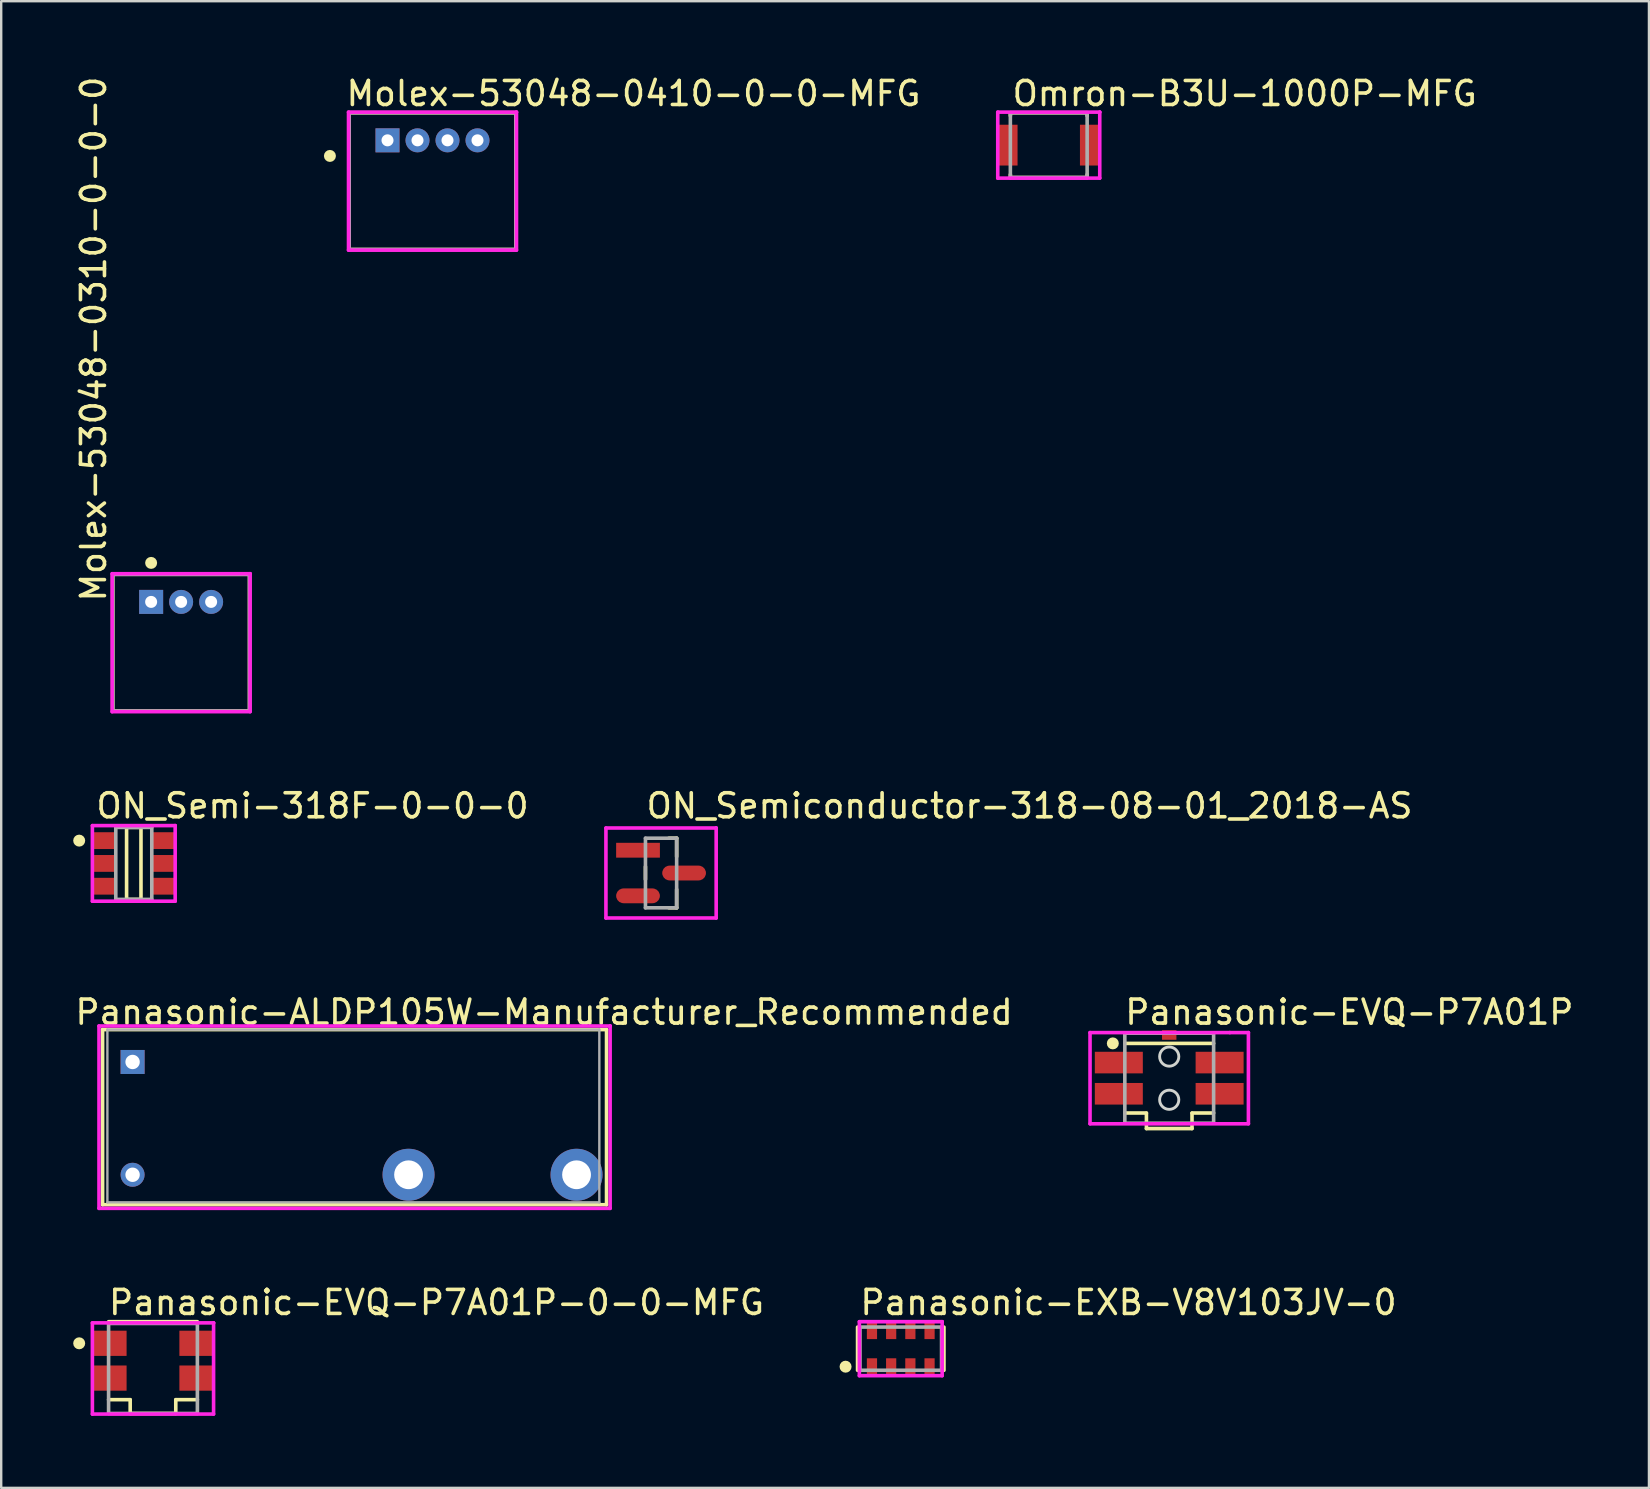
<source format=kicad_pcb>
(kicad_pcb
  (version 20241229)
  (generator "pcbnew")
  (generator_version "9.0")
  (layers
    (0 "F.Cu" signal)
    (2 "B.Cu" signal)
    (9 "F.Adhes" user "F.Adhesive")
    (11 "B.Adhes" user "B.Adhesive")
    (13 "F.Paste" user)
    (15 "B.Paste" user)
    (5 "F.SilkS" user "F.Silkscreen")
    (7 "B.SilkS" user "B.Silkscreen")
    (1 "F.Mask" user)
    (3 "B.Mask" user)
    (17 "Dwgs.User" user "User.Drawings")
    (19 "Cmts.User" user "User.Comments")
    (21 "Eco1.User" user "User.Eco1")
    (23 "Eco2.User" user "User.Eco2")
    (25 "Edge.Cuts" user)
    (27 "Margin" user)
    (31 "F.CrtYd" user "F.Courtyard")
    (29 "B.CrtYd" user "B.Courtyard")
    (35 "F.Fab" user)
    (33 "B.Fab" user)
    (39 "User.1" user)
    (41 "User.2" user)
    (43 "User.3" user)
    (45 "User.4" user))
  (footprint "Panasonic-ALDP105W-Manufacturer_Recommended"
    (layer "F.Cu")
    (at 2.475 41.204)
    (property "Reference" "Panasonic-ALDP105W-Manufacturer_Recommended" (at -2.475 -2.075 0) (layer "F.SilkS") (effects (font (size 1 1) (thickness 0.15)) (justify left)))
    (fp_line (start -1.25 -1.35) (end 19.75 -1.35) (stroke (width 0.15) (type solid)) (layer "F.SilkS"))
    (fp_line (start -1.25 5.95) (end -1.25 -1.35) (stroke (width 0.15) (type solid)) (layer "F.SilkS"))
    (fp_line (start -1.25 5.95) (end 19.75 5.95) (stroke (width 0.15) (type solid)) (layer "F.SilkS"))
    (fp_line (start 19.75 5.95) (end 19.75 -1.35) (stroke (width 0.15) (type solid)) (layer "F.SilkS"))
    (fp_line (start -1.4 -1.5) (end -1.4 6.1) (stroke (width 0.15) (type solid)) (layer "F.CrtYd"))
    (fp_line (start -1.4 6.1) (end 19.9 6.1) (stroke (width 0.15) (type solid)) (layer "F.CrtYd"))
    (fp_line (start 19.9 -1.5) (end -1.4 -1.5) (stroke (width 0.15) (type solid)) (layer "F.CrtYd"))
    (fp_line (start 19.9 -1.5) (end 19.9 -1.5) (stroke (width 0.15) (type solid)) (layer "F.CrtYd"))
    (fp_line (start 19.9 6.1) (end 19.9 -1.5) (stroke (width 0.15) (type solid)) (layer "F.CrtYd"))
    (fp_line (start -1.05 -1.35) (end 19.45 -1.35) (stroke (width 0.1) (type solid)) (layer "F.Fab"))
    (fp_line (start -1.05 5.85) (end -1.05 -1.35) (stroke (width 0.1) (type solid)) (layer "F.Fab"))
    (fp_line (start -1.05 5.85) (end 19.45 5.85) (stroke (width 0.1) (type solid)) (layer "F.Fab"))
    (fp_line (start 19.45 5.85) (end 19.45 -1.35) (stroke (width 0.1) (type solid)) (layer "F.Fab"))
    (pad "1" thru_hole rect (at 0 0) (size 1 1) (drill 0.6) (layers "*.Cu" "*.Mask"))
    (pad "2" thru_hole circle (at 18.5 4.7) (size 2.167 2.167) (drill 1.2) (layers "*.Cu" "*.Mask"))
    (pad "3" thru_hole circle (at 11.5 4.7) (size 2.167 2.167) (drill 1.2) (layers "*.Cu" "*.Mask"))
    (pad "4" thru_hole circle (at 0 4.7) (size 1 1) (drill 0.6) (layers "*.Cu" "*.Mask")))
  (footprint "Panasonic-EVQ-P7A01P-0-0-MFG"
    (layer "F.Cu")
    (at 3.325 53.977)
    (property "Reference" "Panasonic-EVQ-P7A01P-0-0-MFG" (at -1.925 -2.75 0) (layer "F.SilkS") (effects (font (size 1 1) (thickness 0.15)) (justify left)))
    (attr through_hole)
    (fp_line (start -1.85 1.3) (end -0.95 1.3) (stroke (width 0.15) (type solid)) (layer "F.SilkS"))
    (fp_line (start -0.95 1.3) (end -0.95 1.875) (stroke (width 0.15) (type solid)) (layer "F.SilkS"))
    (fp_line (start 0.95 1.3) (end 0.95 1.875) (stroke (width 0.15) (type solid)) (layer "F.SilkS"))
    (fp_line (start 0.95 1.3) (end 1.85 1.3) (stroke (width 0.15) (type solid)) (layer "F.SilkS"))
    (fp_line (start 0.95 1.875) (end -0.95 1.875) (stroke (width 0.15) (type solid)) (layer "F.SilkS"))
    (fp_line (start 1.85 -1.95) (end -1.85 -1.95) (stroke (width 0.15) (type solid)) (layer "F.SilkS"))
    (fp_circle (center -3.075 -1.05) (end -2.95 -1.05) (stroke (width 0.25) (type solid)) (fill no) (layer "F.SilkS"))
    (fp_line (start -2.525 -1.9) (end -2.525 1.9) (stroke (width 0.15) (type solid)) (layer "F.CrtYd"))
    (fp_line (start -2.525 1.9) (end 2.525 1.9) (stroke (width 0.15) (type solid)) (layer "F.CrtYd"))
    (fp_line (start 2.525 -1.9) (end -2.525 -1.9) (stroke (width 0.15) (type solid)) (layer "F.CrtYd"))
    (fp_line (start 2.525 -1.9) (end 2.525 -1.9) (stroke (width 0.15) (type solid)) (layer "F.CrtYd"))
    (fp_line (start 2.525 1.9) (end 2.525 -1.9) (stroke (width 0.15) (type solid)) (layer "F.CrtYd"))
    (fp_line (start -1.85 -1.875) (end 1.85 -1.875) (stroke (width 0.15) (type solid)) (layer "F.Fab"))
    (fp_line (start -1.85 1.875) (end -1.85 -1.875) (stroke (width 0.15) (type solid)) (layer "F.Fab"))
    (fp_line (start 1.85 -1.875) (end 1.85 1.875) (stroke (width 0.15) (type solid)) (layer "F.Fab"))
    (fp_line (start 1.85 1.875) (end -1.85 1.875) (stroke (width 0.15) (type solid)) (layer "F.Fab"))
    (pad "1" smd rect (at -1.8 -1.05) (size 1.4 1.05) (layers "F.Cu" "F.Mask" "F.Paste"))
    (pad "1'" smd rect (at 1.8 -1.05) (size 1.4 1.05) (layers "F.Cu" "F.Mask" "F.Paste"))
    (pad "2" smd rect (at -1.8 0.4) (size 1.4 1.05) (layers "F.Cu" "F.Mask" "F.Paste"))
    (pad "2'" smd rect (at 1.8 0.4) (size 1.4 1.05) (layers "F.Cu" "F.Mask" "F.Paste")))
  (footprint "Panasonic-EXB-V8V103JV-0"
    (layer "F.Cu")
    (at 34.486 53.152)
    (property "Reference" "Panasonic-EXB-V8V103JV-0" (at -1.775 -1.925 0) (layer "F.SilkS") (effects (font (size 1 1) (thickness 0.15)) (justify left)))
    (fp_line (start -1.8 0.9) (end -1.8 -0.9) (stroke (width 0.15) (type solid)) (layer "F.SilkS"))
    (fp_line (start 1.8 0.9) (end 1.8 -0.9) (stroke (width 0.15) (type solid)) (layer "F.SilkS"))
    (fp_circle (center -2.3 0.75) (end -2.175 0.75) (stroke (width 0.25) (type solid)) (fill no) (layer "F.SilkS"))
    (fp_line (start -1.725 -1.125) (end -1.725 1.125) (stroke (width 0.15) (type solid)) (layer "F.CrtYd"))
    (fp_line (start -1.725 1.125) (end 1.725 1.125) (stroke (width 0.15) (type solid)) (layer "F.CrtYd"))
    (fp_line (start 1.725 -1.125) (end -1.725 -1.125) (stroke (width 0.15) (type solid)) (layer "F.CrtYd"))
    (fp_line (start 1.725 -1.125) (end 1.725 -1.125) (stroke (width 0.15) (type solid)) (layer "F.CrtYd"))
    (fp_line (start 1.725 1.125) (end 1.725 -1.125) (stroke (width 0.15) (type solid)) (layer "F.CrtYd"))
    (fp_line (start -1.7 -0.9) (end 1.7 -0.9) (stroke (width 0.15) (type solid)) (layer "F.Fab"))
    (fp_line (start -1.7 0.9) (end -1.7 -0.9) (stroke (width 0.15) (type solid)) (layer "F.Fab"))
    (fp_line (start 1.7 -0.9) (end 1.7 0.9) (stroke (width 0.15) (type solid)) (layer "F.Fab"))
    (fp_line (start 1.7 0.9) (end -1.7 0.9) (stroke (width 0.15) (type solid)) (layer "F.Fab"))
    (pad "1" smd rect (at -1.2 0.75) (size 0.425 0.7) (layers "F.Cu" "F.Mask" "F.Paste"))
    (pad "2" smd rect (at -0.4 0.75) (size 0.425 0.7) (layers "F.Cu" "F.Mask" "F.Paste"))
    (pad "3" smd rect (at 0.4 0.75) (size 0.425 0.7) (layers "F.Cu" "F.Mask" "F.Paste"))
    (pad "4" smd rect (at 1.2 0.75) (size 0.425 0.7) (layers "F.Cu" "F.Mask" "F.Paste"))
    (pad "5" smd rect (at 1.2 -0.75) (size 0.425 0.7) (layers "F.Cu" "F.Mask" "F.Paste"))
    (pad "6" smd rect (at 0.4 -0.75) (size 0.425 0.7) (layers "F.Cu" "F.Mask" "F.Paste"))
    (pad "7" smd rect (at -0.4 -0.75) (size 0.425 0.7) (layers "F.Cu" "F.Mask" "F.Paste"))
    (pad "8" smd rect (at -1.2 -0.75) (size 0.425 0.7) (layers "F.Cu" "F.Mask" "F.Paste")))
  (footprint "ON_Semi-318F-0-0-0"
    (layer "F.Cu")
    (at 2.525 32.93)
    (property "Reference" "ON_Semi-318F-0-0-0" (at -1.65 -2.4 0) (layer "F.SilkS") (effects (font (size 1 1) (thickness 0.15)) (justify left)))
    (fp_line (start -0.3 -1.5) (end 0.3 -1.5) (stroke (width 0.15) (type solid)) (layer "F.SilkS"))
    (fp_line (start -0.3 1.5) (end -0.3 -1.5) (stroke (width 0.15) (type solid)) (layer "F.SilkS"))
    (fp_line (start 0.3 -1.5) (end 0.3 1.5) (stroke (width 0.15) (type solid)) (layer "F.SilkS"))
    (fp_line (start 0.3 1.5) (end -0.3 1.5) (stroke (width 0.15) (type solid)) (layer "F.SilkS"))
    (fp_circle (center -2.275 -0.95) (end -2.15 -0.95) (stroke (width 0.25) (type solid)) (fill no) (layer "F.SilkS"))
    (fp_line (start -1.725 -1.575) (end -1.725 1.575) (stroke (width 0.15) (type solid)) (layer "F.CrtYd"))
    (fp_line (start -1.725 1.575) (end 1.725 1.575) (stroke (width 0.15) (type solid)) (layer "F.CrtYd"))
    (fp_line (start 1.725 -1.575) (end -1.725 -1.575) (stroke (width 0.15) (type solid)) (layer "F.CrtYd"))
    (fp_line (start 1.725 -1.575) (end 1.725 -1.575) (stroke (width 0.15) (type solid)) (layer "F.CrtYd"))
    (fp_line (start 1.725 1.575) (end 1.725 -1.575) (stroke (width 0.15) (type solid)) (layer "F.CrtYd"))
    (fp_line (start -0.75 -1.5) (end 0.75 -1.5) (stroke (width 0.15) (type solid)) (layer "F.Fab"))
    (fp_line (start -0.75 1.5) (end -0.75 -1.5) (stroke (width 0.15) (type solid)) (layer "F.Fab"))
    (fp_line (start 0.75 -1.5) (end 0.75 1.5) (stroke (width 0.15) (type solid)) (layer "F.Fab"))
    (fp_line (start 0.75 1.5) (end -0.75 1.5) (stroke (width 0.15) (type solid)) (layer "F.Fab"))
    (pad "1" smd rect (at -1.2 -0.95) (size 1 0.7) (layers "F.Cu" "F.Mask" "F.Paste"))
    (pad "2" smd rect (at -1.2 0) (size 1 0.7) (layers "F.Cu" "F.Mask" "F.Paste"))
    (pad "3" smd rect (at -1.2 0.95) (size 1 0.7) (layers "F.Cu" "F.Mask" "F.Paste"))
    (pad "4" smd rect (at 1.2 0.95) (size 1 0.7) (layers "F.Cu" "F.Mask" "F.Paste"))
    (pad "5" smd rect (at 1.2 0) (size 1 0.7) (layers "F.Cu" "F.Mask" "F.Paste"))
    (pad "6" smd rect (at 1.2 -0.95) (size 1 0.7) (layers "F.Cu" "F.Mask" "F.Paste")))
  (footprint "Molex-53048-0310-0-0-0"
    (layer "F.Cu")
    (at 4.498 23.732)
    (property "Reference" "Molex-53048-0310-0-0-0" (at -3.65 -1.625 270) (layer "F.SilkS") (effects (font (size 1 1) (thickness 0.15)) (justify left)))
    (attr through_hole)
    (fp_line (start -2.85 -2.85) (end 2.85 -2.85) (stroke (width 0.15) (type solid)) (layer "F.SilkS"))
    (fp_line (start -2.85 2.85) (end -2.85 -2.85) (stroke (width 0.15) (type solid)) (layer "F.SilkS"))
    (fp_line (start -2.85 2.85) (end 2.85 2.85) (stroke (width 0.15) (type solid)) (layer "F.SilkS"))
    (fp_line (start 2.85 2.85) (end 2.85 -2.85) (stroke (width 0.15) (type solid)) (layer "F.SilkS"))
    (fp_circle (center -1.25 -3.325) (end -1.125 -3.325) (stroke (width 0.25) (type solid)) (fill no) (layer "F.SilkS"))
    (fp_line (start -2.875 -2.875) (end -2.875 2.875) (stroke (width 0.15) (type solid)) (layer "F.CrtYd"))
    (fp_line (start -2.875 2.875) (end 2.875 2.875) (stroke (width 0.15) (type solid)) (layer "F.CrtYd"))
    (fp_line (start 2.875 -2.875) (end -2.875 -2.875) (stroke (width 0.15) (type solid)) (layer "F.CrtYd"))
    (fp_line (start 2.875 -2.875) (end 2.875 -2.875) (stroke (width 0.15) (type solid)) (layer "F.CrtYd"))
    (fp_line (start 2.875 2.875) (end 2.875 -2.875) (stroke (width 0.15) (type solid)) (layer "F.CrtYd"))
    (fp_line (start -2.85 -2.85) (end 2.85 -2.85) (stroke (width 0.15) (type solid)) (layer "F.Fab"))
    (fp_line (start -2.85 2.85) (end -2.85 -2.85) (stroke (width 0.15) (type solid)) (layer "F.Fab"))
    (fp_line (start 2.85 -2.85) (end 2.85 2.85) (stroke (width 0.15) (type solid)) (layer "F.Fab"))
    (fp_line (start 2.85 2.85) (end -2.85 2.85) (stroke (width 0.15) (type solid)) (layer "F.Fab"))
    (pad "1" thru_hole rect (at -1.25 -1.7) (size 1 1) (drill 0.5) (layers "*.Cu"))
    (pad "2" thru_hole circle (at 0 -1.7) (size 1 1) (drill 0.5) (layers "*.Cu"))
    (pad "3" thru_hole circle (at 1.25 -1.7) (size 1 1) (drill 0.5) (layers "*.Cu")))
  (footprint "ON_Semiconductor-318-08-01_2018-AS"
    (layer "F.Cu")
    (at 24.497 33.33)
    (property "Reference" "ON_Semiconductor-318-08-01_2018-AS" (at -0.697 -2.8 0) (layer "F.SilkS") (effects (font (size 1 1) (thickness 0.15)) (justify left)))
    (attr through_hole)
    (fp_line (start -0.65 0.266) (end -0.65 -0.266) (stroke (width 0.15) (type solid)) (layer "F.SilkS"))
    (fp_line (start 0.327 -1.45) (end 0.65 -1.45) (stroke (width 0.15) (type solid)) (layer "F.SilkS"))
    (fp_line (start 0.327 1.45) (end 0.65 1.45) (stroke (width 0.15) (type solid)) (layer "F.SilkS"))
    (fp_line (start 0.65 -0.684) (end 0.65 -1.45) (stroke (width 0.15) (type solid)) (layer "F.SilkS"))
    (fp_line (start 0.65 1.45) (end 0.65 0.684) (stroke (width 0.15) (type solid)) (layer "F.SilkS"))
    (fp_line (start -2.297 -1.875) (end -2.297 1.875) (stroke (width 0.15) (type solid)) (layer "F.CrtYd"))
    (fp_line (start -2.297 1.875) (end 2.297 1.875) (stroke (width 0.15) (type solid)) (layer "F.CrtYd"))
    (fp_line (start 2.297 -1.875) (end -2.297 -1.875) (stroke (width 0.15) (type solid)) (layer "F.CrtYd"))
    (fp_line (start 2.297 -1.875) (end 2.297 -1.875) (stroke (width 0.15) (type solid)) (layer "F.CrtYd"))
    (fp_line (start 2.297 1.875) (end 2.297 -1.875) (stroke (width 0.15) (type solid)) (layer "F.CrtYd"))
    (fp_line (start -0.65 -1.45) (end 0.65 -1.45) (stroke (width 0.15) (type solid)) (layer "F.Fab"))
    (fp_line (start -0.65 1.45) (end -0.65 -1.45) (stroke (width 0.15) (type solid)) (layer "F.Fab"))
    (fp_line (start 0.65 -1.45) (end 0.65 1.45) (stroke (width 0.15) (type solid)) (layer "F.Fab"))
    (fp_line (start 0.65 1.45) (end -0.65 1.45) (stroke (width 0.15) (type solid)) (layer "F.Fab"))
    (pad "1" smd rect (at -0.96 -0.95) (size 1.824 0.618) (layers "F.Cu" "F.Mask" "F.Paste"))
    (pad "2" smd roundrect (at -0.96 0.95) (size 1.824 0.618) (layers "F.Cu" "F.Mask" "F.Paste") (roundrect_rratio 0.5))
    (pad "3" smd roundrect (at 0.96 0) (size 1.824 0.618) (layers "F.Cu" "F.Mask" "F.Paste") (roundrect_rratio 0.5)))
  (footprint "Omron-B3U-1000P-MFG"
    (layer "F.Cu")
    (at 40.653 2.998)
    (property "Reference" "Omron-B3U-1000P-MFG" (at -1.6 -2.15 0) (layer "F.SilkS") (effects (font (size 1 1) (thickness 0.15)) (justify left)))
    (fp_line (start -1.6 -1.35) (end 1.6 -1.35) (stroke (width 0.15) (type solid)) (layer "F.SilkS"))
    (fp_line (start -1.6 -1.225) (end -1.6 -1.35) (stroke (width 0.15) (type solid)) (layer "F.SilkS"))
    (fp_line (start -1.6 1.35) (end -1.6 1.225) (stroke (width 0.15) (type solid)) (layer "F.SilkS"))
    (fp_line (start -1.6 1.35) (end 1.6 1.35) (stroke (width 0.15) (type solid)) (layer "F.SilkS"))
    (fp_line (start 1.6 -1.225) (end 1.6 -1.35) (stroke (width 0.15) (type solid)) (layer "F.SilkS"))
    (fp_line (start 1.6 1.35) (end 1.6 1.225) (stroke (width 0.15) (type solid)) (layer "F.SilkS"))
    (fp_line (start -2.125 -1.375) (end -2.125 1.375) (stroke (width 0.15) (type solid)) (layer "F.CrtYd"))
    (fp_line (start -2.125 1.375) (end 2.125 1.375) (stroke (width 0.15) (type solid)) (layer "F.CrtYd"))
    (fp_line (start 2.125 -1.375) (end -2.125 -1.375) (stroke (width 0.15) (type solid)) (layer "F.CrtYd"))
    (fp_line (start 2.125 -1.375) (end 2.125 -1.375) (stroke (width 0.15) (type solid)) (layer "F.CrtYd"))
    (fp_line (start 2.125 1.375) (end 2.125 -1.375) (stroke (width 0.15) (type solid)) (layer "F.CrtYd"))
    (fp_line (start -1.6 -1.35) (end 1.6 -1.35) (stroke (width 0.15) (type solid)) (layer "F.Fab"))
    (fp_line (start -1.6 1.35) (end -1.6 -1.35) (stroke (width 0.15) (type solid)) (layer "F.Fab"))
    (fp_line (start 1.6 -1.35) (end 1.6 1.35) (stroke (width 0.15) (type solid)) (layer "F.Fab"))
    (fp_line (start 1.6 1.35) (end -1.6 1.35) (stroke (width 0.15) (type solid)) (layer "F.Fab"))
    (pad "1" smd rect (at -1.7 0) (size 0.8 1.7) (layers "F.Cu" "F.Mask" "F.Paste"))
    (pad "2" smd rect (at 1.7 0) (size 0.8 1.7) (layers "F.Cu" "F.Mask" "F.Paste")))
  (footprint "Panasonic-EVQ-P7A01P"
    (layer "F.Cu")
    (at 45.673 41.879)
    (property "Reference" "Panasonic-EVQ-P7A01P" (at -1.925 -2.75 0) (layer "F.SilkS") (effects (font (size 1 1) (thickness 0.15)) (justify left)))
    (attr through_hole)
    (fp_line (start -1.85 1.45) (end -0.95 1.45) (stroke (width 0.15) (type solid)) (layer "F.SilkS"))
    (fp_line (start -0.95 1.462) (end -0.95 2.1) (stroke (width 0.15) (type solid)) (layer "F.SilkS"))
    (fp_line (start 0.95 1.45) (end 1.85 1.45) (stroke (width 0.15) (type solid)) (layer "F.SilkS"))
    (fp_line (start 0.95 1.462) (end 0.95 2.1) (stroke (width 0.15) (type solid)) (layer "F.SilkS"))
    (fp_line (start 0.95 2.1) (end -0.95 2.1) (stroke (width 0.15) (type solid)) (layer "F.SilkS"))
    (fp_line (start 1.85 -1.45) (end -1.85 -1.45) (stroke (width 0.15) (type solid)) (layer "F.SilkS"))
    (fp_circle (center -2.35 -1.45) (end -2.225 -1.45) (stroke (width 0.25) (type solid)) (fill no) (layer "F.SilkS"))
    (fp_circle (center 0 -0.9) (end 0.4 -0.9) (stroke (width 0.12) (type solid)) (fill no) (layer "Edge.Cuts"))
    (fp_circle (center 0 0.9) (end 0.4 0.9) (stroke (width 0.12) (type solid)) (fill no) (layer "Edge.Cuts"))
    (fp_line (start -3.3 -1.9) (end -3.3 1.9) (stroke (width 0.15) (type solid)) (layer "F.CrtYd"))
    (fp_line (start -3.3 1.9) (end 3.3 1.9) (stroke (width 0.15) (type solid)) (layer "F.CrtYd"))
    (fp_line (start 2.525 -1.9) (end -3.3 -1.9) (stroke (width 0.15) (type solid)) (layer "F.CrtYd"))
    (fp_line (start 3.3 -1.9) (end 2.525 -1.9) (stroke (width 0.15) (type solid)) (layer "F.CrtYd"))
    (fp_line (start 3.3 1.9) (end 3.3 -1.9) (stroke (width 0.15) (type solid)) (layer "F.CrtYd"))
    (fp_line (start -1.85 -1.875) (end 1.85 -1.875) (stroke (width 0.15) (type solid)) (layer "F.Fab"))
    (fp_line (start -1.85 1.875) (end -1.85 -1.875) (stroke (width 0.15) (type solid)) (layer "F.Fab"))
    (fp_line (start 1.85 -1.875) (end 1.85 1.875) (stroke (width 0.15) (type solid)) (layer "F.Fab"))
    (fp_line (start 1.85 1.875) (end -1.85 1.875) (stroke (width 0.15) (type solid)) (layer "F.Fab"))
    (pad "" smd rect (at 0 -1.8) (size 0.6 0.4) (layers "F.Cu" "F.Mask"))
    (pad "1" smd rect (at -2.1 -0.65) (size 2 0.9) (layers "F.Cu" "F.Mask" "F.Paste"))
    (pad "1'" smd rect (at 2.1 -0.65) (size 2 0.9) (layers "F.Cu" "F.Mask" "F.Paste"))
    (pad "2" smd rect (at -2.1 0.65) (size 2 0.9) (layers "F.Cu" "F.Mask" "F.Paste"))
    (pad "2'" smd rect (at 2.1 0.65) (size 2 0.9) (layers "F.Cu" "F.Mask" "F.Paste")))
  (footprint "Molex-53048-0410-0-0-MFG"
    (layer "F.Cu")
    (at 14.973 4.498)
    (property "Reference" "Molex-53048-0410-0-0-MFG" (at -3.675 -3.65 0) (layer "F.SilkS") (effects (font (size 1 1) (thickness 0.15)) (justify left)))
    (attr through_hole)
    (fp_line (start -3.475 -2.85) (end 3.475 -2.85) (stroke (width 0.15) (type solid)) (layer "F.SilkS"))
    (fp_line (start -3.475 2.85) (end -3.475 -2.85) (stroke (width 0.15) (type solid)) (layer "F.SilkS"))
    (fp_line (start -3.475 2.85) (end 3.475 2.85) (stroke (width 0.15) (type solid)) (layer "F.SilkS"))
    (fp_line (start 3.475 2.85) (end 3.475 -2.85) (stroke (width 0.15) (type solid)) (layer "F.SilkS"))
    (fp_circle (center -4.275 -1.05) (end -4.15 -1.05) (stroke (width 0.25) (type solid)) (fill no) (layer "F.SilkS"))
    (fp_line (start -3.5 -2.875) (end -3.5 2.875) (stroke (width 0.15) (type solid)) (layer "F.CrtYd"))
    (fp_line (start -3.5 2.875) (end 3.5 2.875) (stroke (width 0.15) (type solid)) (layer "F.CrtYd"))
    (fp_line (start 3.5 -2.875) (end -3.5 -2.875) (stroke (width 0.15) (type solid)) (layer "F.CrtYd"))
    (fp_line (start 3.5 -2.875) (end 3.5 -2.875) (stroke (width 0.15) (type solid)) (layer "F.CrtYd"))
    (fp_line (start 3.5 2.875) (end 3.5 -2.875) (stroke (width 0.15) (type solid)) (layer "F.CrtYd"))
    (fp_line (start -3.475 -2.85) (end 3.475 -2.85) (stroke (width 0.15) (type solid)) (layer "F.Fab"))
    (fp_line (start -3.475 2.85) (end -3.475 -2.85) (stroke (width 0.15) (type solid)) (layer "F.Fab"))
    (fp_line (start 3.475 -2.85) (end 3.475 2.85) (stroke (width 0.15) (type solid)) (layer "F.Fab"))
    (fp_line (start 3.475 2.85) (end -3.475 2.85) (stroke (width 0.15) (type solid)) (layer "F.Fab"))
    (pad "1" thru_hole rect (at -1.875 -1.7) (size 1 1) (drill 0.5) (layers "*.Cu"))
    (pad "2" thru_hole circle (at -0.625 -1.7) (size 1 1) (drill 0.5) (layers "*.Cu"))
    (pad "3" thru_hole circle (at 0.625 -1.7) (size 1 1) (drill 0.5) (layers "*.Cu"))
    (pad "4" thru_hole circle (at 1.875 -1.7) (size 1 1) (drill 0.5) (layers "*.Cu")))
  (gr_rect
    (start -3 -3)
    (end 65.664 58.952)
    (stroke (width 0.1) (type default))
    (fill no)
    (layer "Edge.Cuts")))
</source>
